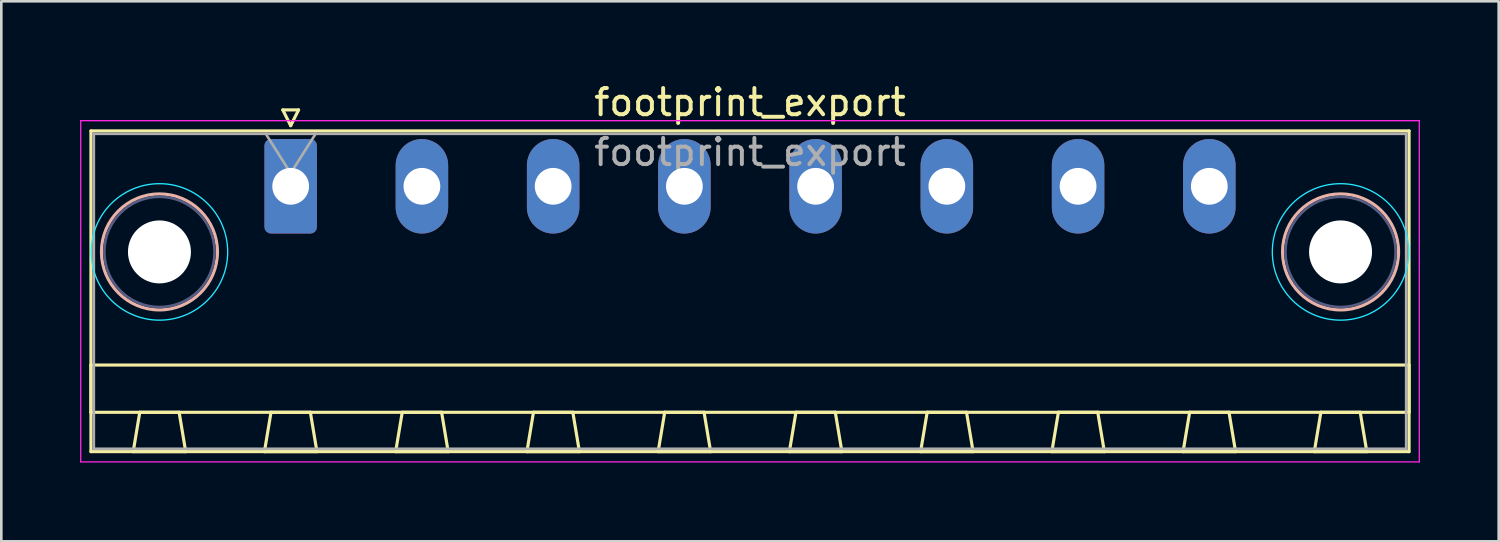
<source format=kicad_pcb>
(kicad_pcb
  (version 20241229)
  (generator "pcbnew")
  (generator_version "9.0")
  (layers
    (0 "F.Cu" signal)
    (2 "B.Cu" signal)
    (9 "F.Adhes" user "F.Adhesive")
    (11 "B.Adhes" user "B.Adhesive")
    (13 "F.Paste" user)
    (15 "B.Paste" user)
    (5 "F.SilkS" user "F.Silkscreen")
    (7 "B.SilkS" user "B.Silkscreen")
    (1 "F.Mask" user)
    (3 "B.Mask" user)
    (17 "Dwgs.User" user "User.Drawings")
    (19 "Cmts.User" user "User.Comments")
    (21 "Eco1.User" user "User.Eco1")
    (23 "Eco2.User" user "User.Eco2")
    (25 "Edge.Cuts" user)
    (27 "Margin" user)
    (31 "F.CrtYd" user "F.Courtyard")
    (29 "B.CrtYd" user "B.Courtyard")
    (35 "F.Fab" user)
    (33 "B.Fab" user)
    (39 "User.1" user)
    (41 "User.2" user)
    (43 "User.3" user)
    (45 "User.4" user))
  (footprint "footprint_export"
    (layer "F.Cu")
    (at 8.025 4.048)
    (property "Reference" "footprint_export" (at 17.5 -3.2 0) (layer "F.SilkS") (effects (font (size 1 1) (thickness 0.15))))
    (attr through_hole)
    (fp_line (start -7.61 -2.11) (end -7.61 10.11) (stroke (width 0.12) (type solid)) (layer "F.SilkS"))
    (fp_line (start -7.61 6.81) (end 42.61 6.81) (stroke (width 0.12) (type solid)) (layer "F.SilkS"))
    (fp_line (start -7.61 8.61) (end -7.61 6.81) (stroke (width 0.12) (type solid)) (layer "F.SilkS"))
    (fp_line (start -7.61 10.11) (end 42.61 10.11) (stroke (width 0.12) (type solid)) (layer "F.SilkS"))
    (fp_line (start -6 10.11) (end -4 10.11) (stroke (width 0.12) (type solid)) (layer "F.SilkS"))
    (fp_line (start -5.75 8.61) (end -6 10.11) (stroke (width 0.12) (type solid)) (layer "F.SilkS"))
    (fp_line (start -4.25 8.61) (end -5.75 8.61) (stroke (width 0.12) (type solid)) (layer "F.SilkS"))
    (fp_line (start -4 10.11) (end -4.25 8.61) (stroke (width 0.12) (type solid)) (layer "F.SilkS"))
    (fp_line (start -1 10.11) (end 1 10.11) (stroke (width 0.12) (type solid)) (layer "F.SilkS"))
    (fp_line (start -0.75 8.61) (end -1 10.11) (stroke (width 0.12) (type solid)) (layer "F.SilkS"))
    (fp_line (start -0.3 -2.91) (end 0.3 -2.91) (stroke (width 0.12) (type solid)) (layer "F.SilkS"))
    (fp_line (start 0 -2.31) (end -0.3 -2.91) (stroke (width 0.12) (type solid)) (layer "F.SilkS"))
    (fp_line (start 0.3 -2.91) (end 0 -2.31) (stroke (width 0.12) (type solid)) (layer "F.SilkS"))
    (fp_line (start 0.75 8.61) (end -0.75 8.61) (stroke (width 0.12) (type solid)) (layer "F.SilkS"))
    (fp_line (start 1 10.11) (end 0.75 8.61) (stroke (width 0.12) (type solid)) (layer "F.SilkS"))
    (fp_line (start 4 10.11) (end 6 10.11) (stroke (width 0.12) (type solid)) (layer "F.SilkS"))
    (fp_line (start 4.25 8.61) (end 4 10.11) (stroke (width 0.12) (type solid)) (layer "F.SilkS"))
    (fp_line (start 5.75 8.61) (end 4.25 8.61) (stroke (width 0.12) (type solid)) (layer "F.SilkS"))
    (fp_line (start 6 10.11) (end 5.75 8.61) (stroke (width 0.12) (type solid)) (layer "F.SilkS"))
    (fp_line (start 9 10.11) (end 11 10.11) (stroke (width 0.12) (type solid)) (layer "F.SilkS"))
    (fp_line (start 9.25 8.61) (end 9 10.11) (stroke (width 0.12) (type solid)) (layer "F.SilkS"))
    (fp_line (start 10.75 8.61) (end 9.25 8.61) (stroke (width 0.12) (type solid)) (layer "F.SilkS"))
    (fp_line (start 11 10.11) (end 10.75 8.61) (stroke (width 0.12) (type solid)) (layer "F.SilkS"))
    (fp_line (start 14 10.11) (end 16 10.11) (stroke (width 0.12) (type solid)) (layer "F.SilkS"))
    (fp_line (start 14.25 8.61) (end 14 10.11) (stroke (width 0.12) (type solid)) (layer "F.SilkS"))
    (fp_line (start 15.75 8.61) (end 14.25 8.61) (stroke (width 0.12) (type solid)) (layer "F.SilkS"))
    (fp_line (start 16 10.11) (end 15.75 8.61) (stroke (width 0.12) (type solid)) (layer "F.SilkS"))
    (fp_line (start 19 10.11) (end 21 10.11) (stroke (width 0.12) (type solid)) (layer "F.SilkS"))
    (fp_line (start 19.25 8.61) (end 19 10.11) (stroke (width 0.12) (type solid)) (layer "F.SilkS"))
    (fp_line (start 20.75 8.61) (end 19.25 8.61) (stroke (width 0.12) (type solid)) (layer "F.SilkS"))
    (fp_line (start 21 10.11) (end 20.75 8.61) (stroke (width 0.12) (type solid)) (layer "F.SilkS"))
    (fp_line (start 24 10.11) (end 26 10.11) (stroke (width 0.12) (type solid)) (layer "F.SilkS"))
    (fp_line (start 24.25 8.61) (end 24 10.11) (stroke (width 0.12) (type solid)) (layer "F.SilkS"))
    (fp_line (start 25.75 8.61) (end 24.25 8.61) (stroke (width 0.12) (type solid)) (layer "F.SilkS"))
    (fp_line (start 26 10.11) (end 25.75 8.61) (stroke (width 0.12) (type solid)) (layer "F.SilkS"))
    (fp_line (start 29 10.11) (end 31 10.11) (stroke (width 0.12) (type solid)) (layer "F.SilkS"))
    (fp_line (start 29.25 8.61) (end 29 10.11) (stroke (width 0.12) (type solid)) (layer "F.SilkS"))
    (fp_line (start 30.75 8.61) (end 29.25 8.61) (stroke (width 0.12) (type solid)) (layer "F.SilkS"))
    (fp_line (start 31 10.11) (end 30.75 8.61) (stroke (width 0.12) (type solid)) (layer "F.SilkS"))
    (fp_line (start 34 10.11) (end 36 10.11) (stroke (width 0.12) (type solid)) (layer "F.SilkS"))
    (fp_line (start 34.25 8.61) (end 34 10.11) (stroke (width 0.12) (type solid)) (layer "F.SilkS"))
    (fp_line (start 35.75 8.61) (end 34.25 8.61) (stroke (width 0.12) (type solid)) (layer "F.SilkS"))
    (fp_line (start 36 10.11) (end 35.75 8.61) (stroke (width 0.12) (type solid)) (layer "F.SilkS"))
    (fp_line (start 39 10.11) (end 41 10.11) (stroke (width 0.12) (type solid)) (layer "F.SilkS"))
    (fp_line (start 39.25 8.61) (end 39 10.11) (stroke (width 0.12) (type solid)) (layer "F.SilkS"))
    (fp_line (start 40.75 8.61) (end 39.25 8.61) (stroke (width 0.12) (type solid)) (layer "F.SilkS"))
    (fp_line (start 41 10.11) (end 40.75 8.61) (stroke (width 0.12) (type solid)) (layer "F.SilkS"))
    (fp_line (start 42.61 -2.11) (end -7.61 -2.11) (stroke (width 0.12) (type solid)) (layer "F.SilkS"))
    (fp_line (start 42.61 6.81) (end 42.61 8.61) (stroke (width 0.12) (type solid)) (layer "F.SilkS"))
    (fp_line (start 42.61 8.61) (end -7.61 8.61) (stroke (width 0.12) (type solid)) (layer "F.SilkS"))
    (fp_line (start 42.61 10.11) (end 42.61 -2.11) (stroke (width 0.12) (type solid)) (layer "F.SilkS"))
    (fp_circle (center -5 2.5) (end -2.79 2.5) (stroke (width 0.12) (type solid)) (fill no) (layer "B.SilkS"))
    (fp_circle (center 40 2.5) (end 42.21 2.5) (stroke (width 0.12) (type solid)) (fill no) (layer "B.SilkS"))
    (fp_circle (center -5 2.5) (end -2.4 2.5) (stroke (width 0.05) (type solid)) (fill no) (layer "B.CrtYd"))
    (fp_circle (center 40 2.5) (end 42.6 2.5) (stroke (width 0.05) (type solid)) (fill no) (layer "B.CrtYd"))
    (fp_line (start -8 -2.5) (end -8 10.5) (stroke (width 0.05) (type solid)) (layer "F.CrtYd"))
    (fp_line (start -8 10.5) (end 43 10.5) (stroke (width 0.05) (type solid)) (layer "F.CrtYd"))
    (fp_line (start 43 -2.5) (end -8 -2.5) (stroke (width 0.05) (type solid)) (layer "F.CrtYd"))
    (fp_line (start 43 10.5) (end 43 -2.5) (stroke (width 0.05) (type solid)) (layer "F.CrtYd"))
    (fp_circle (center -5 2.5) (end -2.9 2.5) (stroke (width 0.1) (type solid)) (fill no) (layer "B.Fab"))
    (fp_circle (center 40 2.5) (end 42.1 2.5) (stroke (width 0.1) (type solid)) (fill no) (layer "B.Fab"))
    (fp_line (start -7.5 -2) (end -7.5 10) (stroke (width 0.1) (type solid)) (layer "F.Fab"))
    (fp_line (start -7.5 10) (end 42.5 10) (stroke (width 0.1) (type solid)) (layer "F.Fab"))
    (fp_line (start 0 -0.5) (end -0.95 -2) (stroke (width 0.1) (type solid)) (layer "F.Fab"))
    (fp_line (start 0.95 -2) (end 0 -0.5) (stroke (width 0.1) (type solid)) (layer "F.Fab"))
    (fp_line (start 42.5 -2) (end -7.5 -2) (stroke (width 0.1) (type solid)) (layer "F.Fab"))
    (fp_line (start 42.5 10) (end 42.5 -2) (stroke (width 0.1) (type solid)) (layer "F.Fab"))
    (fp_text user "${REFERENCE}" (at 17.5 -1.3 0) (layer "F.Fab") (effects (font (size 1 1) (thickness 0.15))))
    (pad "" np_thru_hole circle (at -5 2.5) (size 2.4 2.4) (drill 2.4) (layers "*.Cu" "*.Mask"))
    (pad "" np_thru_hole circle (at 40 2.5) (size 2.4 2.4) (drill 2.4) (layers "*.Cu" "*.Mask"))
    (pad "1" thru_hole roundrect (at 0 0) (size 2 3.6) (drill 1.4) (layers "*.Cu" "*.Mask") (roundrect_rratio 0.125))
    (pad "2" thru_hole oval (at 5 0) (size 2 3.6) (drill 1.4) (layers "*.Cu" "*.Mask"))
    (pad "3" thru_hole oval (at 10 0) (size 2 3.6) (drill 1.4) (layers "*.Cu" "*.Mask"))
    (pad "4" thru_hole oval (at 15 0) (size 2 3.6) (drill 1.4) (layers "*.Cu" "*.Mask"))
    (pad "5" thru_hole oval (at 20 0) (size 2 3.6) (drill 1.4) (layers "*.Cu" "*.Mask"))
    (pad "6" thru_hole oval (at 25 0) (size 2 3.6) (drill 1.4) (layers "*.Cu" "*.Mask"))
    (pad "7" thru_hole oval (at 30 0) (size 2 3.6) (drill 1.4) (layers "*.Cu" "*.Mask"))
    (pad "8" thru_hole oval (at 35 0) (size 2 3.6) (drill 1.4) (layers "*.Cu" "*.Mask")))
  (gr_rect
    (start -3 -3)
    (end 54.05 17.573)
    (stroke (width 0.1) (type default))
    (fill no)
    (layer "Edge.Cuts")))
</source>
